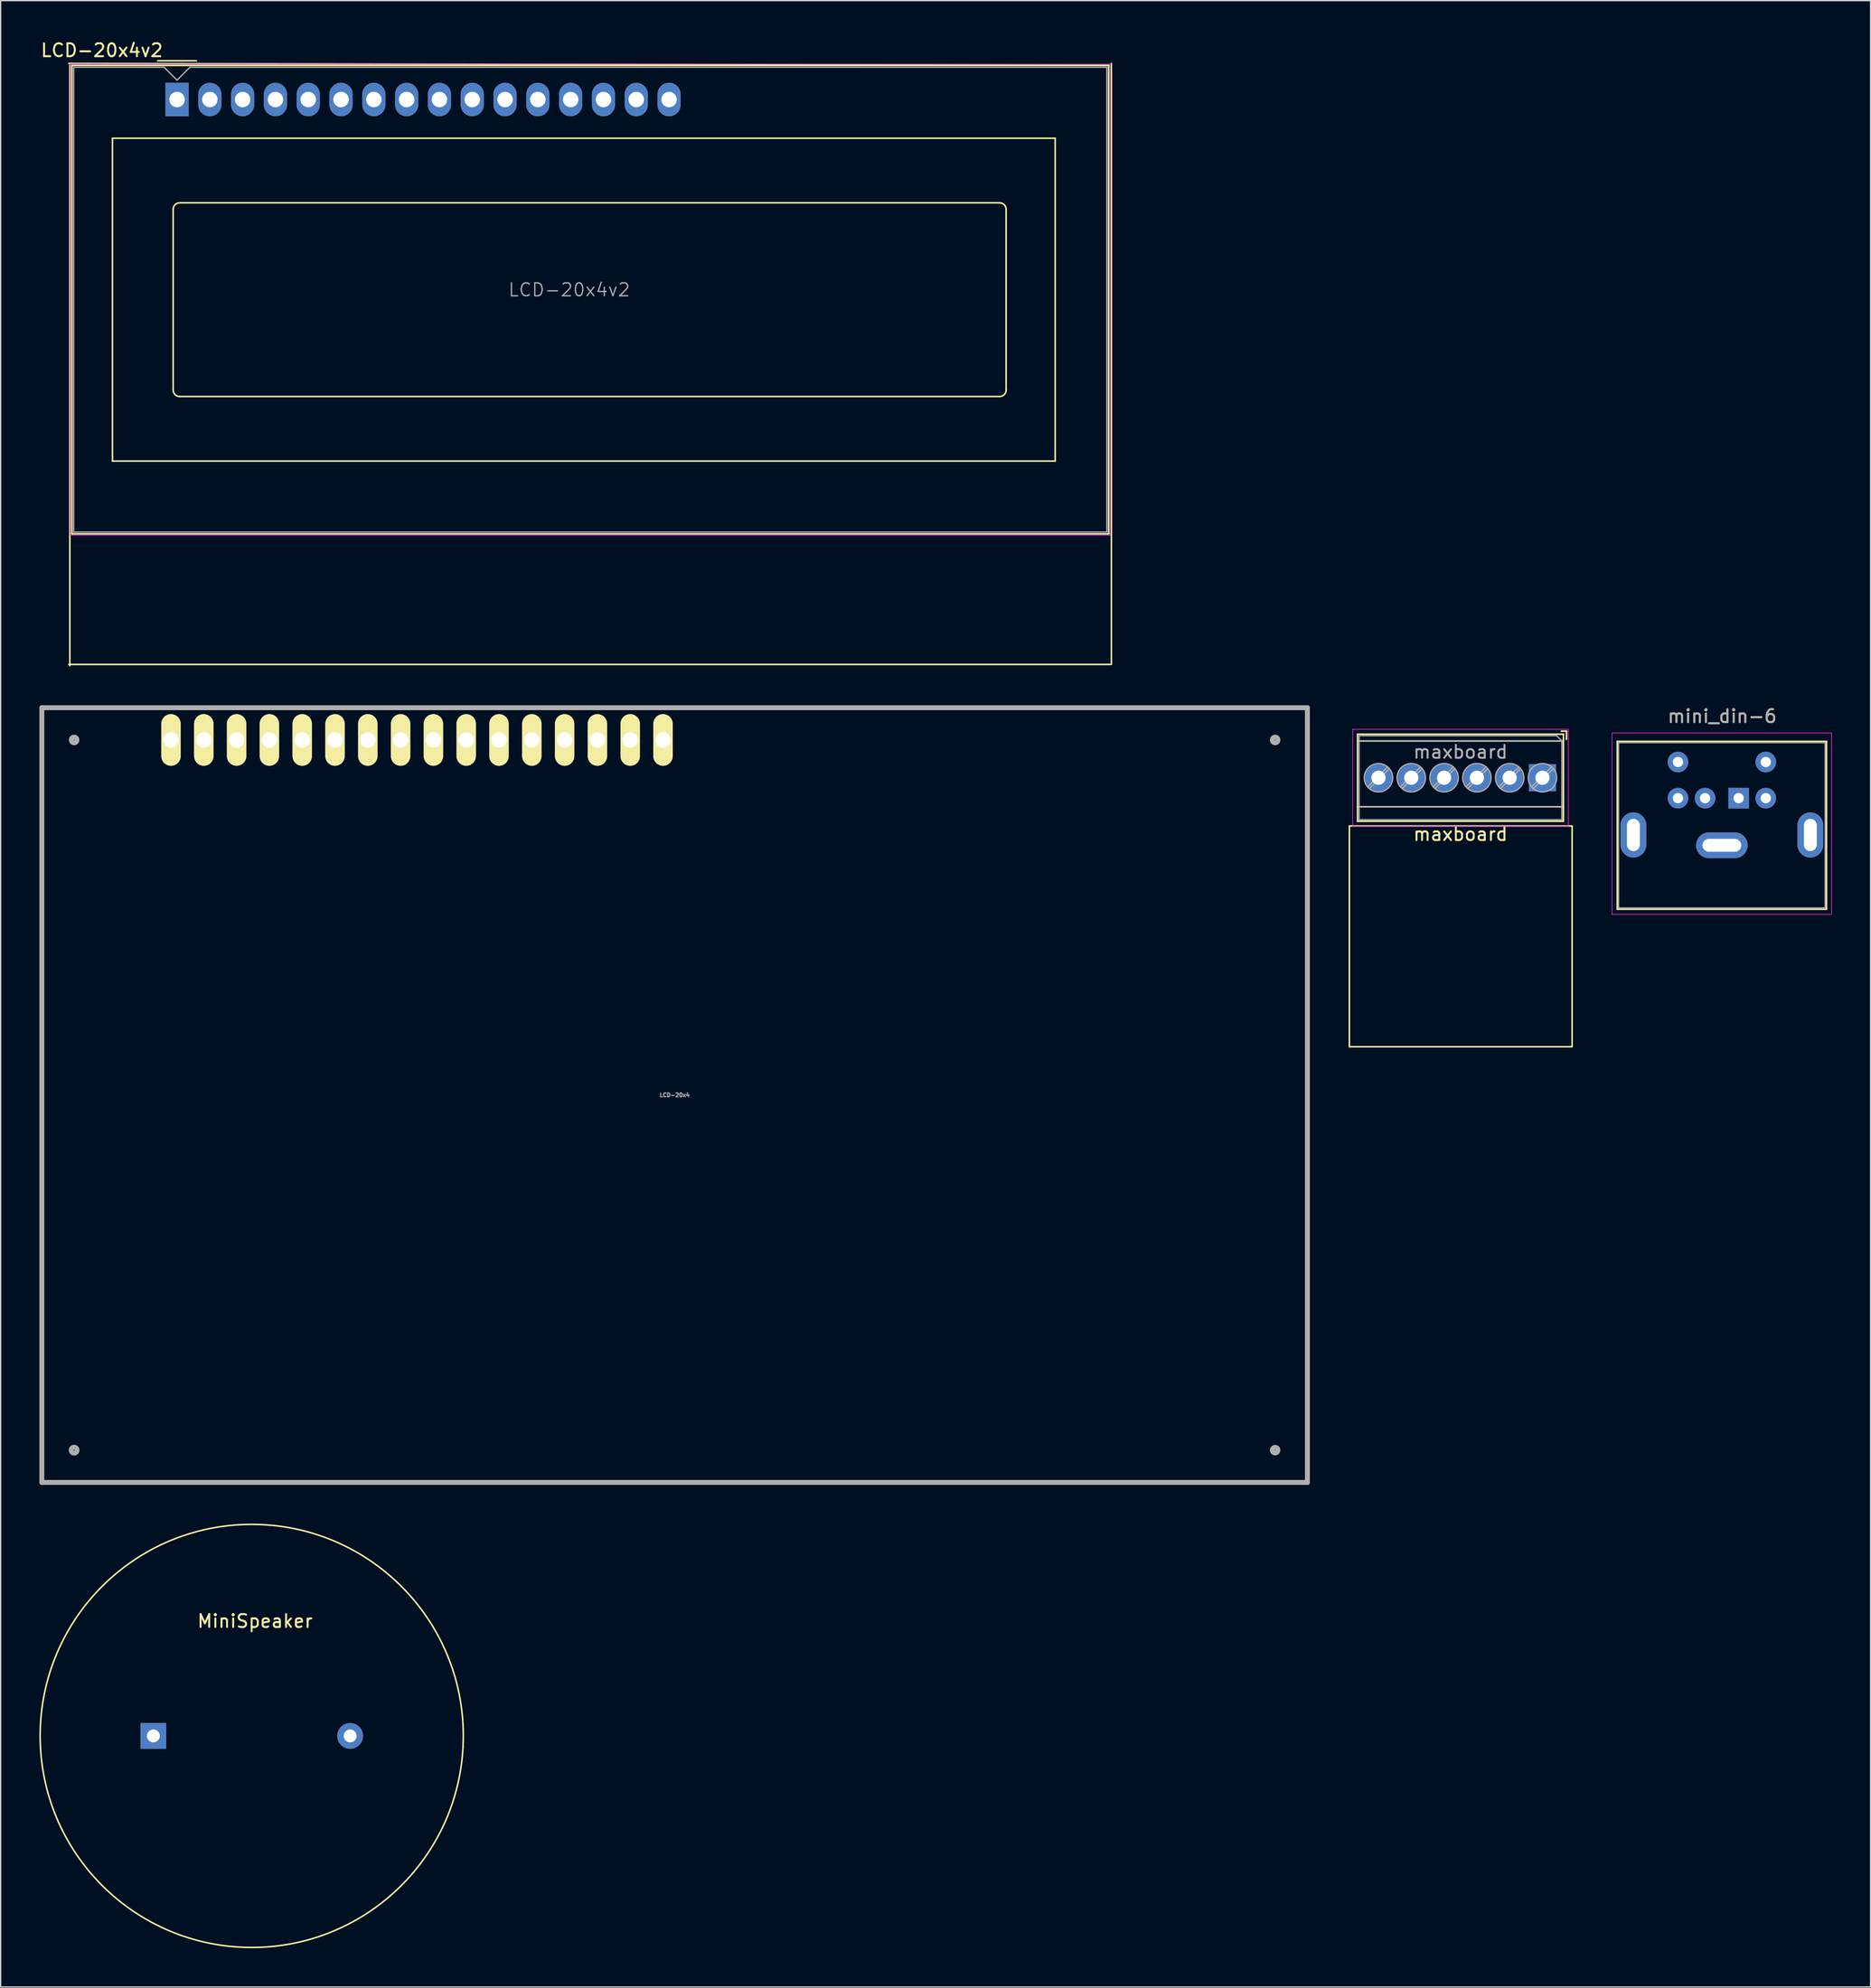
<source format=kicad_pcb>
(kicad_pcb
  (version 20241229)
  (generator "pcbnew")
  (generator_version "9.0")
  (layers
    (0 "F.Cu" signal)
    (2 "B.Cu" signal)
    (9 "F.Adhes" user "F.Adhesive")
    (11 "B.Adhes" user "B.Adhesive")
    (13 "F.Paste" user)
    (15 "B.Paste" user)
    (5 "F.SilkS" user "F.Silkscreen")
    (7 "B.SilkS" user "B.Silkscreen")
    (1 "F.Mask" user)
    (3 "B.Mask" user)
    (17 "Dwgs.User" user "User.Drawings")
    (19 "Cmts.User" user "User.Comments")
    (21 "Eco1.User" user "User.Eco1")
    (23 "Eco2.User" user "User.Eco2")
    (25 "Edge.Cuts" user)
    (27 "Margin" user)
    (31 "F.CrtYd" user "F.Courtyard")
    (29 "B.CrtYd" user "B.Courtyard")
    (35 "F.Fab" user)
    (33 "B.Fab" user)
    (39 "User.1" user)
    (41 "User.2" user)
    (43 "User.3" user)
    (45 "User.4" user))
  (footprint "LCD-20x4"
    (layer "F.Cu")
    (at 49.19 81.759)
    (property "Reference" "LCD-20x4" (at 0 0 0) (layer "F.Fab") (effects (font (size 0.3 0.3) (thickness 0.075))))
    (attr smd)
    (fp_line (start -48.999 -30) (end 48.999 -30) (stroke (width 0.381) (type solid)) (layer "F.Fab"))
    (fp_line (start -48.999 30) (end -48.999 -30) (stroke (width 0.381) (type solid)) (layer "F.Fab"))
    (fp_line (start 48.999 -30) (end 48.999 30) (stroke (width 0.381) (type solid)) (layer "F.Fab"))
    (fp_line (start 48.999 30) (end -48.999 30) (stroke (width 0.381) (type solid)) (layer "F.Fab"))
    (fp_circle (center -46.5 -27.501) (end -46.5 -27.475) (stroke (width 0.381) (type solid)) (fill no) (layer "F.Fab"))
    (fp_circle (center -46.5 27.501) (end -46.474 27.526) (stroke (width 0.381) (type solid)) (fill no) (layer "F.Fab"))
    (fp_circle (center 46.5 -27.501) (end 46.5 -27.475) (stroke (width 0.381) (type solid)) (fill no) (layer "F.Fab"))
    (fp_circle (center 46.5 27.501) (end 46.5 27.526) (stroke (width 0.381) (type solid)) (fill no) (layer "F.Fab"))
    (pad "1" thru_hole oval (at -38.999 -27.501) (size 1.501 4) (drill 1.2) (layers "*.Cu" "*.Mask" "F.SilkS"))
    (pad "2" thru_hole oval (at -36.459 -27.501) (size 1.501 4) (drill 1.2) (layers "*.Cu" "*.Mask" "F.SilkS"))
    (pad "3" thru_hole oval (at -33.919 -27.501) (size 1.501 4) (drill 1.2) (layers "*.Cu" "*.Mask" "F.SilkS"))
    (pad "4" thru_hole oval (at -31.379 -27.501) (size 1.501 4) (drill 1.2) (layers "*.Cu" "*.Mask" "F.SilkS"))
    (pad "5" thru_hole oval (at -28.839 -27.501) (size 1.501 4) (drill 1.2) (layers "*.Cu" "*.Mask" "F.SilkS"))
    (pad "6" thru_hole oval (at -26.299 -27.501) (size 1.501 4) (drill 1.2) (layers "*.Cu" "*.Mask" "F.SilkS"))
    (pad "7" thru_hole oval (at -23.759 -27.501) (size 1.501 4) (drill 1.2) (layers "*.Cu" "*.Mask" "F.SilkS"))
    (pad "8" thru_hole oval (at -21.219 -27.501) (size 1.501 4) (drill 1.2) (layers "*.Cu" "*.Mask" "F.SilkS"))
    (pad "9" thru_hole oval (at -18.679 -27.501) (size 1.501 4) (drill 1.2) (layers "*.Cu" "*.Mask" "F.SilkS"))
    (pad "10" thru_hole oval (at -16.139 -27.501) (size 1.501 4) (drill 1.2) (layers "*.Cu" "*.Mask" "F.SilkS"))
    (pad "11" thru_hole oval (at -13.599 -27.501) (size 1.501 4) (drill 1.2) (layers "*.Cu" "*.Mask" "F.SilkS"))
    (pad "12" thru_hole oval (at -11.059 -27.501) (size 1.501 4) (drill 1.2) (layers "*.Cu" "*.Mask" "F.SilkS"))
    (pad "13" thru_hole oval (at -8.519 -27.501) (size 1.501 4) (drill 1.2) (layers "*.Cu" "*.Mask" "F.SilkS"))
    (pad "14" thru_hole oval (at -5.979 -27.501) (size 1.501 4) (drill 1.2) (layers "*.Cu" "*.Mask" "F.SilkS"))
    (pad "15" thru_hole oval (at -3.439 -27.501) (size 1.501 4) (drill 1.2) (layers "*.Cu" "*.Mask" "F.SilkS"))
    (pad "16" thru_hole oval (at -0.899 -27.501) (size 1.501 4) (drill 1.2) (layers "*.Cu" "*.Mask" "F.SilkS")))
  (footprint "LCD-20x4v2"
    (layer "F.Cu")
    (at 10.659 4.658)
    (property "Reference" "LCD-20x4v2" (at -5.82 -3.81 0) (layer "F.SilkS") (effects (font (size 1 1) (thickness 0.15))))
    (attr through_hole)
    (fp_line (start -8.382 -2.794) (end 72.14 -2.64) (stroke (width 0.12) (type solid)) (layer "F.SilkS"))
    (fp_line (start -8.3 43.85) (end -8.3 -2.65) (stroke (width 0.12) (type solid)) (layer "F.SilkS"))
    (fp_line (start -8.14 -2.64) (end -8.14 33.64) (stroke (width 0.12) (type solid)) (layer "F.SilkS"))
    (fp_line (start -8.14 33.64) (end 72.14 33.64) (stroke (width 0.12) (type solid)) (layer "F.SilkS"))
    (fp_line (start -8.13 -2.64) (end -7.34 -2.64) (stroke (width 0.12) (type solid)) (layer "F.SilkS"))
    (fp_line (start -5 3) (end 68 3) (stroke (width 0.12) (type solid)) (layer "F.SilkS"))
    (fp_line (start -5 28) (end -5 3) (stroke (width 0.12) (type solid)) (layer "F.SilkS"))
    (fp_line (start -1.5 -3) (end 1.5 -3) (stroke (width 0.12) (type solid)) (layer "F.SilkS"))
    (fp_line (start -0.3 22.499) (end -0.3 8.5) (stroke (width 0.12) (type solid)) (layer "F.SilkS"))
    (fp_line (start 0.2 8) (end 63.7 8) (stroke (width 0.12) (type solid)) (layer "F.SilkS"))
    (fp_line (start 63.701 23) (end 0.2 23) (stroke (width 0.12) (type solid)) (layer "F.SilkS"))
    (fp_line (start 64.2 8.5) (end 64.2 22.5) (stroke (width 0.12) (type solid)) (layer "F.SilkS"))
    (fp_line (start 68 3) (end 68 28) (stroke (width 0.12) (type solid)) (layer "F.SilkS"))
    (fp_line (start 68 28) (end -5 28) (stroke (width 0.12) (type solid)) (layer "F.SilkS"))
    (fp_line (start 72.14 -2.64) (end -7.34 -2.64) (stroke (width 0.12) (type solid)) (layer "F.SilkS"))
    (fp_line (start 72.14 33.64) (end 72.14 -2.64) (stroke (width 0.12) (type solid)) (layer "F.SilkS"))
    (fp_line (start 72.25 43.75) (end -8.382 43.75) (stroke (width 0.12) (type solid)) (layer "F.SilkS"))
    (fp_line (start 72.35 -2.794) (end 72.35 43.75) (stroke (width 0.12) (type solid)) (layer "F.SilkS"))
    (fp_arc (start -0.29972 8.49884) (mid -0.153162 8.145018) (end 0.20066 7.99846) (stroke (width 0.12) (type solid)) (layer "F.SilkS"))
    (fp_arc (start 0.20066 22.9997) (mid -0.153162 22.853142) (end -0.29972 22.49932) (stroke (width 0.12) (type solid)) (layer "F.SilkS"))
    (fp_arc (start 63.7 8) (mid 64.053553 8.146447) (end 64.2 8.5) (stroke (width 0.12) (type solid)) (layer "F.SilkS"))
    (fp_arc (start 64.20104 22.49932) (mid 64.054482 22.853142) (end 63.70066 22.9997) (stroke (width 0.12) (type solid)) (layer "F.SilkS"))
    (fp_line (start -8.25 -2.75) (end -8.25 33.75) (stroke (width 0.05) (type solid)) (layer "F.CrtYd"))
    (fp_line (start -8.25 -2.75) (end 72.25 -2.75) (stroke (width 0.05) (type solid)) (layer "F.CrtYd"))
    (fp_line (start -8.25 33.75) (end 72.25 33.75) (stroke (width 0.05) (type solid)) (layer "F.CrtYd"))
    (fp_line (start 72.25 -2.75) (end 72.25 33.75) (stroke (width 0.05) (type solid)) (layer "F.CrtYd"))
    (fp_line (start -8 33.5) (end -8 -2.5) (stroke (width 0.1) (type solid)) (layer "F.Fab"))
    (fp_line (start -1 -2.5) (end -8 -2.5) (stroke (width 0.1) (type solid)) (layer "F.Fab"))
    (fp_line (start 0 -1.5) (end -1 -2.5) (stroke (width 0.1) (type solid)) (layer "F.Fab"))
    (fp_line (start 1 -2.5) (end 0 -1.5) (stroke (width 0.1) (type solid)) (layer "F.Fab"))
    (fp_line (start 1 -2.5) (end 72 -2.5) (stroke (width 0.1) (type solid)) (layer "F.Fab"))
    (fp_line (start 72 -2.5) (end 72 33.5) (stroke (width 0.1) (type solid)) (layer "F.Fab"))
    (fp_line (start 72 33.5) (end -8 33.5) (stroke (width 0.1) (type solid)) (layer "F.Fab"))
    (fp_text user "${REFERENCE}" (at 30.37 14.74 0) (layer "F.Fab") (effects (font (size 1 1) (thickness 0.1))))
    (pad "1" thru_hole rect (at 0 0) (size 1.8 2.6) (drill 1.2) (layers "*.Cu" "*.Mask"))
    (pad "2" thru_hole oval (at 2.54 0) (size 1.8 2.6) (drill 1.2) (layers "*.Cu" "*.Mask"))
    (pad "3" thru_hole oval (at 5.08 0) (size 1.8 2.6) (drill 1.2) (layers "*.Cu" "*.Mask"))
    (pad "4" thru_hole oval (at 7.62 0) (size 1.8 2.6) (drill 1.2) (layers "*.Cu" "*.Mask"))
    (pad "5" thru_hole oval (at 10.16 0) (size 1.8 2.6) (drill 1.2) (layers "*.Cu" "*.Mask"))
    (pad "6" thru_hole oval (at 12.7 0) (size 1.8 2.6) (drill 1.2) (layers "*.Cu" "*.Mask"))
    (pad "7" thru_hole oval (at 15.24 0) (size 1.8 2.6) (drill 1.2) (layers "*.Cu" "*.Mask"))
    (pad "8" thru_hole oval (at 17.78 0) (size 1.8 2.6) (drill 1.2) (layers "*.Cu" "*.Mask"))
    (pad "9" thru_hole oval (at 20.32 0) (size 1.8 2.6) (drill 1.2) (layers "*.Cu" "*.Mask"))
    (pad "10" thru_hole oval (at 22.86 0) (size 1.8 2.6) (drill 1.2) (layers "*.Cu" "*.Mask"))
    (pad "11" thru_hole oval (at 25.4 0) (size 1.8 2.6) (drill 1.2) (layers "*.Cu" "*.Mask"))
    (pad "12" thru_hole oval (at 27.94 0) (size 1.8 2.6) (drill 1.2) (layers "*.Cu" "*.Mask"))
    (pad "13" thru_hole oval (at 30.48 0) (size 1.8 2.6) (drill 1.2) (layers "*.Cu" "*.Mask"))
    (pad "14" thru_hole oval (at 33.02 0) (size 1.8 2.6) (drill 1.2) (layers "*.Cu" "*.Mask"))
    (pad "15" thru_hole oval (at 35.56 0) (size 1.8 2.6) (drill 1.2) (layers "*.Cu" "*.Mask"))
    (pad "16" thru_hole oval (at 38.1 0) (size 1.8 2.6) (drill 1.2) (layers "*.Cu" "*.Mask")))
  (footprint "maxboard"
    (layer "F.Cu")
    (at 103.939 51.818)
    (property "Reference" "maxboard" (at 6.104 9.736 180) (layer "F.SilkS") (effects (font (size 1 1) (thickness 0.15))))
    (attr through_hole)
    (fp_line (start -1.866 8.736) (end -1.866 1.996) (stroke (width 0.12) (type solid)) (layer "F.SilkS"))
    (fp_line (start 14.074 1.996) (end -1.866 1.996) (stroke (width 0.12) (type solid)) (layer "F.SilkS"))
    (fp_line (start 14.074 2.516) (end -1.866 2.516) (stroke (width 0.12) (type solid)) (layer "F.SilkS"))
    (fp_line (start 14.074 7.616) (end -1.866 7.616) (stroke (width 0.12) (type solid)) (layer "F.SilkS"))
    (fp_line (start 14.074 8.736) (end -1.866 8.736) (stroke (width 0.12) (type solid)) (layer "F.SilkS"))
    (fp_line (start 14.074 8.736) (end 14.074 1.996) (stroke (width 0.12) (type solid)) (layer "F.SilkS"))
    (fp_line (start 14.314 1.756) (end 13.914 1.756) (stroke (width 0.12) (type solid)) (layer "F.SilkS"))
    (fp_line (start 14.314 2.396) (end 14.314 1.756) (stroke (width 0.12) (type solid)) (layer "F.SilkS"))
    (fp_rect (start 14.75 26.2) (end -2.5 9.1) (stroke (width 0.12) (type solid)) (fill no) (layer "F.SilkS"))
    (fp_line (start -2.246 1.616) (end -2.246 9.116) (stroke (width 0.05) (type solid)) (layer "F.CrtYd"))
    (fp_line (start -2.246 9.116) (end 14.454 9.116) (stroke (width 0.05) (type solid)) (layer "F.CrtYd"))
    (fp_line (start 14.454 1.616) (end -2.246 1.616) (stroke (width 0.05) (type solid)) (layer "F.CrtYd"))
    (fp_line (start 14.454 9.116) (end 14.454 1.616) (stroke (width 0.05) (type solid)) (layer "F.CrtYd"))
    (fp_line (start -1.746 2.116) (end 13.554 2.116) (stroke (width 0.1) (type solid)) (layer "F.Fab"))
    (fp_line (start -1.746 8.616) (end -1.746 2.116) (stroke (width 0.1) (type solid)) (layer "F.Fab"))
    (fp_line (start -1.081 6.066) (end 0.454 4.531) (stroke (width 0.1) (type solid)) (layer "F.Fab"))
    (fp_line (start -0.947 6.201) (end 0.588 4.666) (stroke (width 0.1) (type solid)) (layer "F.Fab"))
    (fp_line (start 1.459 6.066) (end 2.994 4.531) (stroke (width 0.1) (type solid)) (layer "F.Fab"))
    (fp_line (start 1.593 6.201) (end 3.128 4.666) (stroke (width 0.1) (type solid)) (layer "F.Fab"))
    (fp_line (start 3.999 6.066) (end 5.534 4.531) (stroke (width 0.1) (type solid)) (layer "F.Fab"))
    (fp_line (start 4.133 6.201) (end 5.668 4.666) (stroke (width 0.1) (type solid)) (layer "F.Fab"))
    (fp_line (start 6.539 6.066) (end 8.074 4.531) (stroke (width 0.1) (type solid)) (layer "F.Fab"))
    (fp_line (start 6.673 6.201) (end 8.208 4.666) (stroke (width 0.1) (type solid)) (layer "F.Fab"))
    (fp_line (start 9.079 6.066) (end 10.614 4.531) (stroke (width 0.1) (type solid)) (layer "F.Fab"))
    (fp_line (start 9.213 6.201) (end 10.748 4.666) (stroke (width 0.1) (type solid)) (layer "F.Fab"))
    (fp_line (start 11.619 6.066) (end 13.155 4.531) (stroke (width 0.1) (type solid)) (layer "F.Fab"))
    (fp_line (start 11.753 6.201) (end 13.289 4.666) (stroke (width 0.1) (type solid)) (layer "F.Fab"))
    (fp_line (start 13.554 2.116) (end 13.954 2.516) (stroke (width 0.1) (type solid)) (layer "F.Fab"))
    (fp_line (start 13.954 2.516) (end -1.746 2.516) (stroke (width 0.1) (type solid)) (layer "F.Fab"))
    (fp_line (start 13.954 2.516) (end 13.954 8.616) (stroke (width 0.1) (type solid)) (layer "F.Fab"))
    (fp_line (start 13.954 7.616) (end -1.746 7.616) (stroke (width 0.1) (type solid)) (layer "F.Fab"))
    (fp_line (start 13.954 8.616) (end -1.746 8.616) (stroke (width 0.1) (type solid)) (layer "F.Fab"))
    (fp_circle (center -0.246 5.366) (end -1.346 5.366) (stroke (width 0.1) (type solid)) (fill no) (layer "F.Fab"))
    (fp_circle (center 2.294 5.366) (end 1.194 5.366) (stroke (width 0.1) (type solid)) (fill no) (layer "F.Fab"))
    (fp_circle (center 4.834 5.366) (end 3.734 5.366) (stroke (width 0.1) (type solid)) (fill no) (layer "F.Fab"))
    (fp_circle (center 7.374 5.366) (end 6.274 5.366) (stroke (width 0.1) (type solid)) (fill no) (layer "F.Fab"))
    (fp_circle (center 9.914 5.366) (end 8.814 5.366) (stroke (width 0.1) (type solid)) (fill no) (layer "F.Fab"))
    (fp_circle (center 12.454 5.366) (end 11.354 5.366) (stroke (width 0.1) (type solid)) (fill no) (layer "F.Fab"))
    (fp_text user "${REFERENCE}" (at 6.104 3.366 180) (layer "F.Fab") (effects (font (size 1 1) (thickness 0.15))))
    (pad "1" thru_hole rect (at 12.454 5.366 180) (size 2.1 2.1) (drill 1.1) (layers "*.Cu" "*.Mask"))
    (pad "2" thru_hole circle (at 9.914 5.366 180) (size 2.1 2.1) (drill 1.1) (layers "*.Cu" "*.Mask"))
    (pad "3" thru_hole circle (at 7.374 5.366 180) (size 2.1 2.1) (drill 1.1) (layers "*.Cu" "*.Mask"))
    (pad "4" thru_hole circle (at 4.834 5.366 180) (size 2.1 2.1) (drill 1.1) (layers "*.Cu" "*.Mask"))
    (pad "5" thru_hole circle (at 2.294 5.366 180) (size 2.1 2.1) (drill 1.1) (layers "*.Cu" "*.Mask"))
    (pad "6" thru_hole circle (at -0.246 5.366 180) (size 2.1 2.1) (drill 1.1) (layers "*.Cu" "*.Mask")))
  (footprint "MiniSpeaker"
    (layer "F.Cu")
    (at 16.443 131.392)
    (property "Reference" "MiniSpeaker" (at 0.254 -8.89 0) (layer "F.SilkS") (effects (font (size 1 1) (thickness 0.15))))
    (attr through_hole)
    (fp_circle (center 0 0) (end 16.383 0) (stroke (width 0.12) (type solid)) (fill no) (layer "F.SilkS"))
    (pad "1" thru_hole rect (at -7.62 0) (size 2 2) (drill 1) (layers "*.Cu" "*.Mask"))
    (pad "2" thru_hole circle (at 7.62 0) (size 2 2) (drill 1) (layers "*.Cu" "*.Mask")))
  (footprint "mini_din-6"
    (layer "F.Cu")
    (at 131.584 58.767)
    (property "Reference" "mini_din-6" (at -1.27 -6.35 0) (layer "F.SilkS") (effects (font (size 1 1) (thickness 0.15))))
    (attr through_hole)
    (fp_line (start -9.4 -4.4) (end -9.4 8.6) (stroke (width 0.12) (type solid)) (layer "F.SilkS"))
    (fp_line (start -9.4 -4.4) (end 6.8 -4.4) (stroke (width 0.12) (type solid)) (layer "F.SilkS"))
    (fp_line (start -9.4 8.6) (end 6.8 8.6) (stroke (width 0.12) (type solid)) (layer "F.SilkS"))
    (fp_line (start 6.8 -4.4) (end 6.8 8.6) (stroke (width 0.12) (type solid)) (layer "F.SilkS"))
    (fp_line (start -9.81 -5.05) (end -9.81 9) (stroke (width 0.05) (type solid)) (layer "F.CrtYd"))
    (fp_line (start -9.81 -5.05) (end 7.19 -5.05) (stroke (width 0.05) (type solid)) (layer "F.CrtYd"))
    (fp_line (start 7.19 9) (end -9.81 9) (stroke (width 0.05) (type solid)) (layer "F.CrtYd"))
    (fp_line (start 7.19 9) (end 7.19 -5.05) (stroke (width 0.05) (type solid)) (layer "F.CrtYd"))
    (fp_line (start -9.3 -4.3) (end 6.7 -4.3) (stroke (width 0.1) (type solid)) (layer "F.Fab"))
    (fp_line (start -9.3 8.5) (end -9.3 -4.3) (stroke (width 0.1) (type solid)) (layer "F.Fab"))
    (fp_line (start 6.7 -4.3) (end 6.7 8.5) (stroke (width 0.1) (type solid)) (layer "F.Fab"))
    (fp_line (start 6.7 8.5) (end -9.3 8.5) (stroke (width 0.1) (type solid)) (layer "F.Fab"))
    (fp_text user "${REFERENCE}" (at -1.27 -6.35 0) (layer "F.Fab") (effects (font (size 1 1) (thickness 0.15))))
    (pad "1" thru_hole rect (at 0 0) (size 1.6 1.6) (drill 0.8) (layers "*.Cu" "*.Mask"))
    (pad "2" thru_hole circle (at -2.6 0) (size 1.6 1.6) (drill 0.8) (layers "*.Cu" "*.Mask"))
    (pad "3" thru_hole circle (at 2.1 0) (size 1.6 1.6) (drill 0.8) (layers "*.Cu" "*.Mask"))
    (pad "4" thru_hole circle (at -4.7 0) (size 1.6 1.6) (drill 0.8) (layers "*.Cu" "*.Mask"))
    (pad "5" thru_hole circle (at 2.1 -2.8) (size 1.6 1.6) (drill 0.8) (layers "*.Cu" "*.Mask"))
    (pad "6" thru_hole circle (at -4.7 -2.8) (size 1.6 1.6) (drill 0.8) (layers "*.Cu" "*.Mask"))
    (pad "7" thru_hole oval (at -8.15 2.85) (size 2 3.5) (drill oval 1 2.5) (layers "*.Cu" "*.Mask"))
    (pad "7" thru_hole oval (at -1.3 3.65) (size 4 2) (drill oval 3 1) (layers "*.Cu" "*.Mask"))
    (pad "7" thru_hole oval (at 5.55 2.85) (size 2 3.5) (drill oval 1 2.5) (layers "*.Cu" "*.Mask")))
  (gr_rect
    (start -3 -3)
    (end 141.799 150.835)
    (stroke (width 0.1) (type default))
    (fill no)
    (layer "Edge.Cuts")))
</source>
